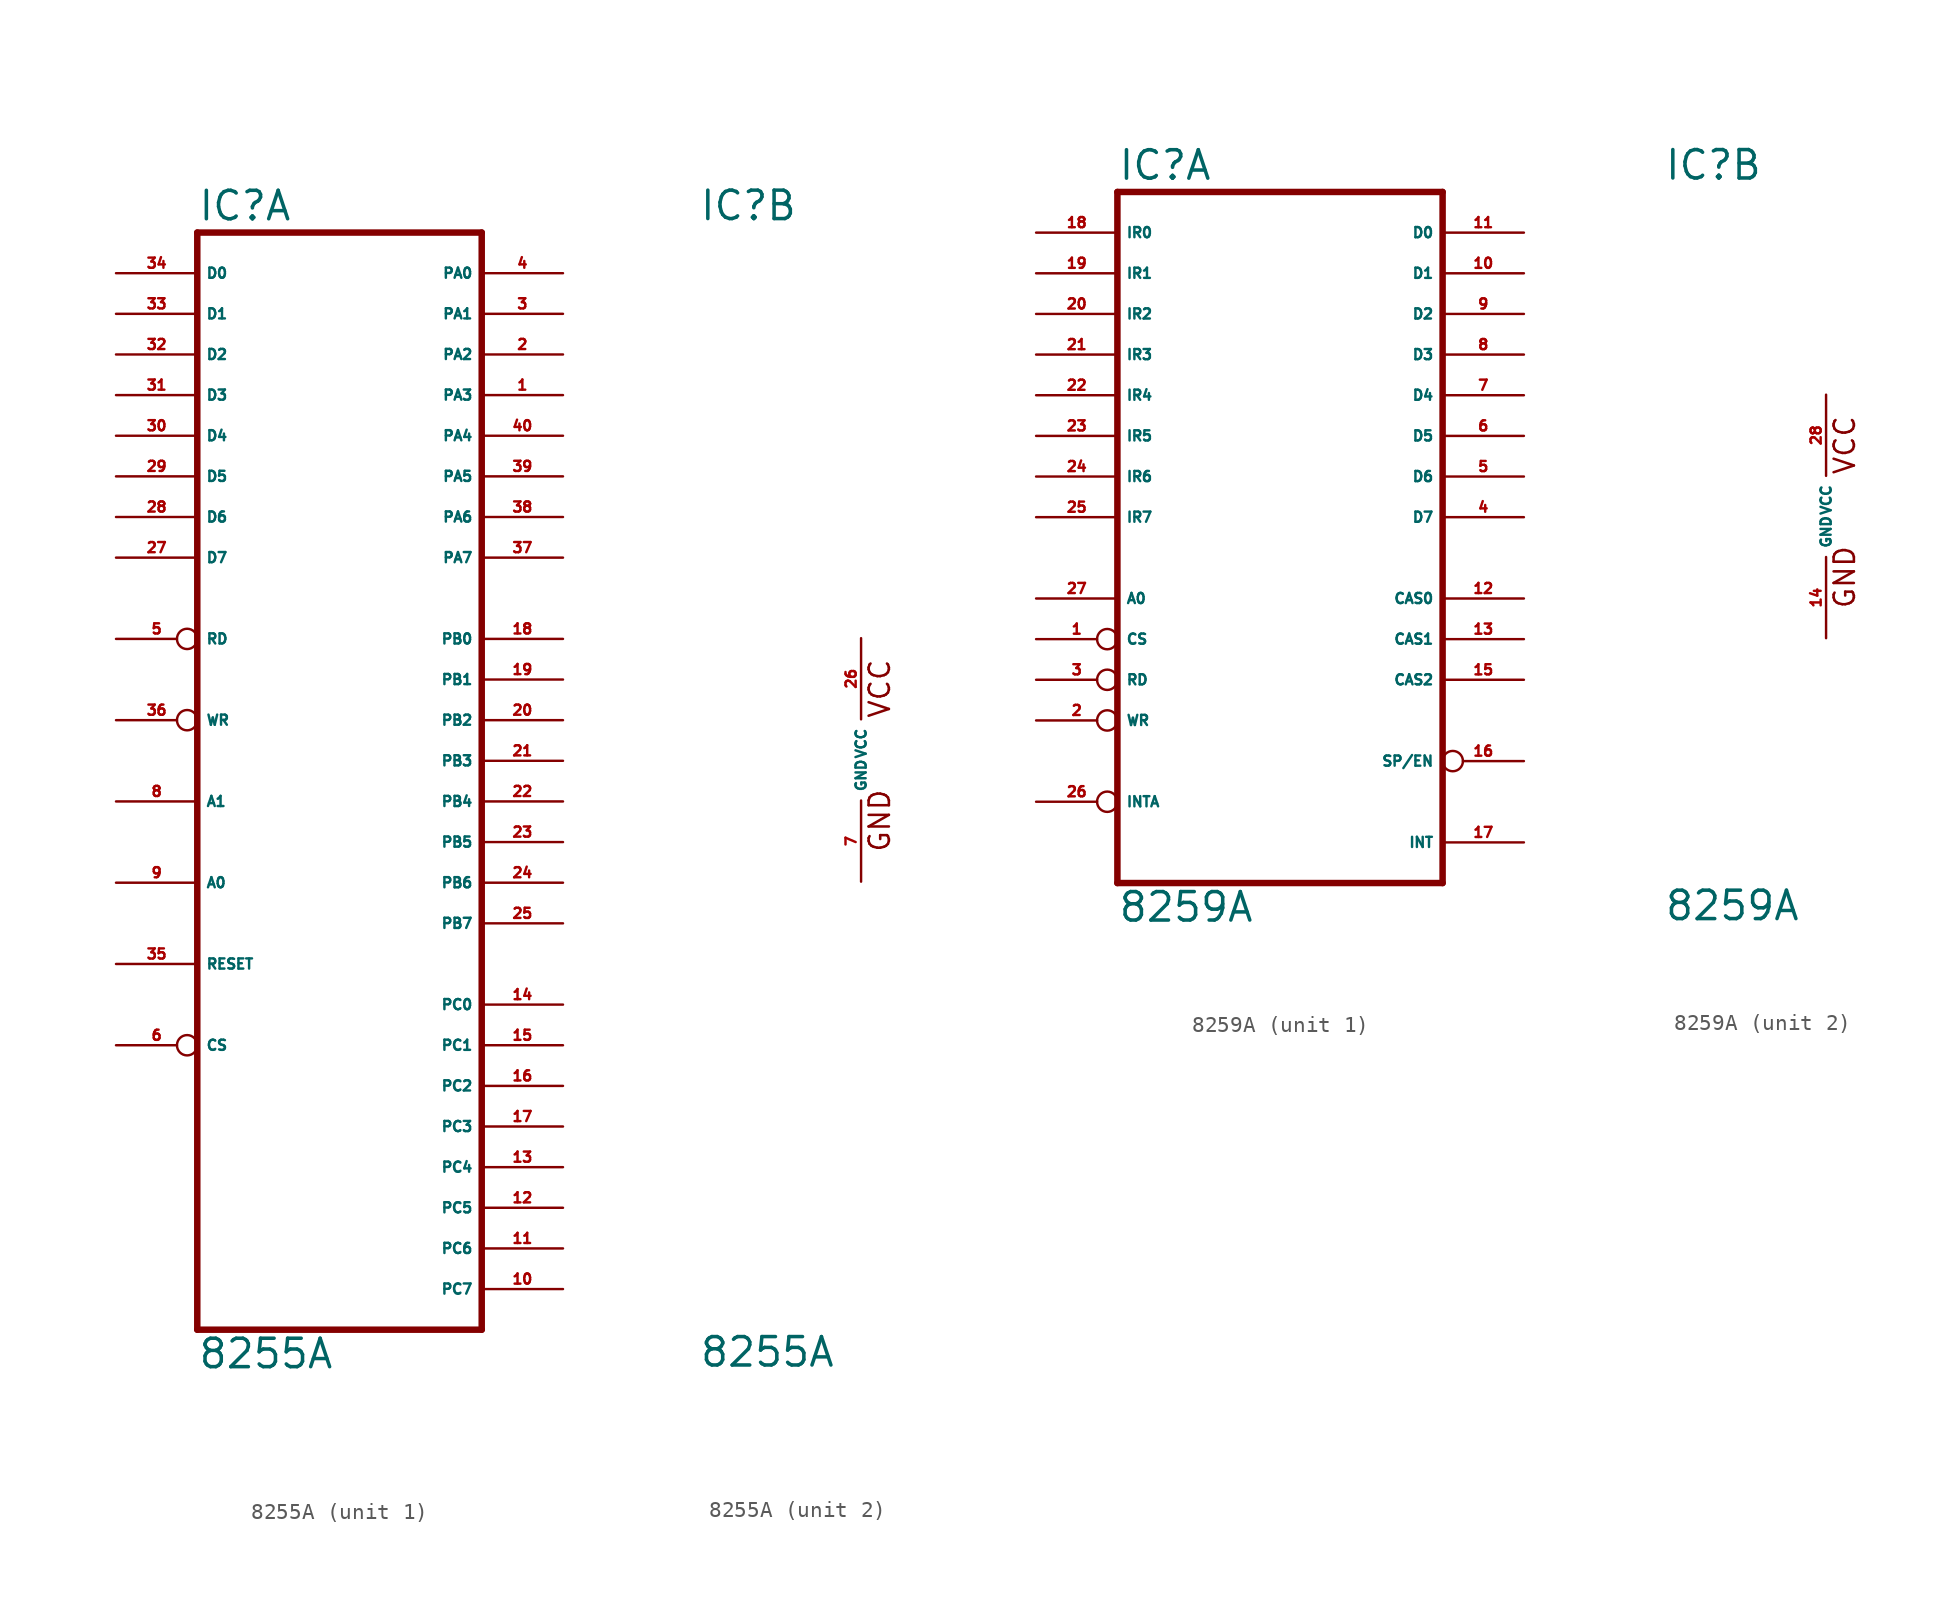
<source format=kicad_sym>
(kicad_symbol_lib
  (version 20220914)
  (generator Eagle2Kicad)
  (symbol "8255A"
    (property "Reference" "IC"
      (at -10.16 33.655 0)
      (effects (font (size 1.778 1.778) (thickness 0.22)) (justify left bottom)))
    (property "Value" "8255A"
      (at -10.16 -38.1 0)
      (effects (font (size 1.778 1.778) (thickness 0.22)) (justify left bottom)))
    (symbol "8255A_1_0"
      (polyline (pts (xy -10.16 -35.56) (xy 7.62 -35.56)) (stroke (width 0.406) (type default)) (fill (type none)))
      (polyline (pts (xy 7.62 -35.56) (xy 7.62 33.02)) (stroke (width 0.406) (type default)) (fill (type none)))
      (polyline (pts (xy 7.62 33.02) (xy -10.16 33.02)) (stroke (width 0.406) (type default)) (fill (type none)))
      (polyline (pts (xy -10.16 33.02) (xy -10.16 -35.56)) (stroke (width 0.406) (type default)) (fill (type none)))
      (pin bidirectional line (at 12.7 22.86 180) (length 5.08) (name "PA3" (effects (font (size 0.635 0.635) (thickness 0.08)) (justify left bottom))) (number "1" (effects (font (size 0.635 0.635) (thickness 0.08)) (justify left bottom))))
      (pin bidirectional line (at 12.7 25.4 180) (length 5.08) (name "PA2" (effects (font (size 0.635 0.635) (thickness 0.08)) (justify left bottom))) (number "2" (effects (font (size 0.635 0.635) (thickness 0.08)) (justify left bottom))))
      (pin bidirectional line (at 12.7 27.94 180) (length 5.08) (name "PA1" (effects (font (size 0.635 0.635) (thickness 0.08)) (justify left bottom))) (number "3" (effects (font (size 0.635 0.635) (thickness 0.08)) (justify left bottom))))
      (pin bidirectional line (at 12.7 30.48 180) (length 5.08) (name "PA0" (effects (font (size 0.635 0.635) (thickness 0.08)) (justify left bottom))) (number "4" (effects (font (size 0.635 0.635) (thickness 0.08)) (justify left bottom))))
      (pin input inverted (at -15.24 7.62 0) (length 5.08) (name "RD" (effects (font (size 0.635 0.635) (thickness 0.08)) (justify left bottom))) (number "5" (effects (font (size 0.635 0.635) (thickness 0.08)) (justify left bottom))))
      (pin input inverted (at -15.24 -17.78 0) (length 5.08) (name "CS" (effects (font (size 0.635 0.635) (thickness 0.08)) (justify left bottom))) (number "6" (effects (font (size 0.635 0.635) (thickness 0.08)) (justify left bottom))))
      (pin input line (at -15.24 -2.54 0) (length 5.08) (name "A1" (effects (font (size 0.635 0.635) (thickness 0.08)) (justify left bottom))) (number "8" (effects (font (size 0.635 0.635) (thickness 0.08)) (justify left bottom))))
      (pin input line (at -15.24 -7.62 0) (length 5.08) (name "A0" (effects (font (size 0.635 0.635) (thickness 0.08)) (justify left bottom))) (number "9" (effects (font (size 0.635 0.635) (thickness 0.08)) (justify left bottom))))
      (pin bidirectional line (at 12.7 -33.02 180) (length 5.08) (name "PC7" (effects (font (size 0.635 0.635) (thickness 0.08)) (justify left bottom))) (number "10" (effects (font (size 0.635 0.635) (thickness 0.08)) (justify left bottom))))
      (pin bidirectional line (at 12.7 -30.48 180) (length 5.08) (name "PC6" (effects (font (size 0.635 0.635) (thickness 0.08)) (justify left bottom))) (number "11" (effects (font (size 0.635 0.635) (thickness 0.08)) (justify left bottom))))
      (pin bidirectional line (at 12.7 -27.94 180) (length 5.08) (name "PC5" (effects (font (size 0.635 0.635) (thickness 0.08)) (justify left bottom))) (number "12" (effects (font (size 0.635 0.635) (thickness 0.08)) (justify left bottom))))
      (pin bidirectional line (at 12.7 -25.4 180) (length 5.08) (name "PC4" (effects (font (size 0.635 0.635) (thickness 0.08)) (justify left bottom))) (number "13" (effects (font (size 0.635 0.635) (thickness 0.08)) (justify left bottom))))
      (pin bidirectional line (at 12.7 -15.24 180) (length 5.08) (name "PC0" (effects (font (size 0.635 0.635) (thickness 0.08)) (justify left bottom))) (number "14" (effects (font (size 0.635 0.635) (thickness 0.08)) (justify left bottom))))
      (pin bidirectional line (at 12.7 -17.78 180) (length 5.08) (name "PC1" (effects (font (size 0.635 0.635) (thickness 0.08)) (justify left bottom))) (number "15" (effects (font (size 0.635 0.635) (thickness 0.08)) (justify left bottom))))
      (pin bidirectional line (at 12.7 -20.32 180) (length 5.08) (name "PC2" (effects (font (size 0.635 0.635) (thickness 0.08)) (justify left bottom))) (number "16" (effects (font (size 0.635 0.635) (thickness 0.08)) (justify left bottom))))
      (pin bidirectional line (at 12.7 -22.86 180) (length 5.08) (name "PC3" (effects (font (size 0.635 0.635) (thickness 0.08)) (justify left bottom))) (number "17" (effects (font (size 0.635 0.635) (thickness 0.08)) (justify left bottom))))
      (pin bidirectional line (at 12.7 7.62 180) (length 5.08) (name "PB0" (effects (font (size 0.635 0.635) (thickness 0.08)) (justify left bottom))) (number "18" (effects (font (size 0.635 0.635) (thickness 0.08)) (justify left bottom))))
      (pin bidirectional line (at 12.7 5.08 180) (length 5.08) (name "PB1" (effects (font (size 0.635 0.635) (thickness 0.08)) (justify left bottom))) (number "19" (effects (font (size 0.635 0.635) (thickness 0.08)) (justify left bottom))))
      (pin bidirectional line (at 12.7 2.54 180) (length 5.08) (name "PB2" (effects (font (size 0.635 0.635) (thickness 0.08)) (justify left bottom))) (number "20" (effects (font (size 0.635 0.635) (thickness 0.08)) (justify left bottom))))
      (pin bidirectional line (at 12.7 0 180) (length 5.08) (name "PB3" (effects (font (size 0.635 0.635) (thickness 0.08)) (justify left bottom))) (number "21" (effects (font (size 0.635 0.635) (thickness 0.08)) (justify left bottom))))
      (pin bidirectional line (at 12.7 -2.54 180) (length 5.08) (name "PB4" (effects (font (size 0.635 0.635) (thickness 0.08)) (justify left bottom))) (number "22" (effects (font (size 0.635 0.635) (thickness 0.08)) (justify left bottom))))
      (pin bidirectional line (at 12.7 -5.08 180) (length 5.08) (name "PB5" (effects (font (size 0.635 0.635) (thickness 0.08)) (justify left bottom))) (number "23" (effects (font (size 0.635 0.635) (thickness 0.08)) (justify left bottom))))
      (pin bidirectional line (at 12.7 -7.62 180) (length 5.08) (name "PB6" (effects (font (size 0.635 0.635) (thickness 0.08)) (justify left bottom))) (number "24" (effects (font (size 0.635 0.635) (thickness 0.08)) (justify left bottom))))
      (pin bidirectional line (at 12.7 -10.16 180) (length 5.08) (name "PB7" (effects (font (size 0.635 0.635) (thickness 0.08)) (justify left bottom))) (number "25" (effects (font (size 0.635 0.635) (thickness 0.08)) (justify left bottom))))
      (pin bidirectional line (at -15.24 12.7 0) (length 5.08) (name "D7" (effects (font (size 0.635 0.635) (thickness 0.08)) (justify left bottom))) (number "27" (effects (font (size 0.635 0.635) (thickness 0.08)) (justify left bottom))))
      (pin bidirectional line (at -15.24 15.24 0) (length 5.08) (name "D6" (effects (font (size 0.635 0.635) (thickness 0.08)) (justify left bottom))) (number "28" (effects (font (size 0.635 0.635) (thickness 0.08)) (justify left bottom))))
      (pin bidirectional line (at -15.24 17.78 0) (length 5.08) (name "D5" (effects (font (size 0.635 0.635) (thickness 0.08)) (justify left bottom))) (number "29" (effects (font (size 0.635 0.635) (thickness 0.08)) (justify left bottom))))
      (pin bidirectional line (at -15.24 20.32 0) (length 5.08) (name "D4" (effects (font (size 0.635 0.635) (thickness 0.08)) (justify left bottom))) (number "30" (effects (font (size 0.635 0.635) (thickness 0.08)) (justify left bottom))))
      (pin bidirectional line (at -15.24 22.86 0) (length 5.08) (name "D3" (effects (font (size 0.635 0.635) (thickness 0.08)) (justify left bottom))) (number "31" (effects (font (size 0.635 0.635) (thickness 0.08)) (justify left bottom))))
      (pin bidirectional line (at -15.24 25.4 0) (length 5.08) (name "D2" (effects (font (size 0.635 0.635) (thickness 0.08)) (justify left bottom))) (number "32" (effects (font (size 0.635 0.635) (thickness 0.08)) (justify left bottom))))
      (pin bidirectional line (at -15.24 27.94 0) (length 5.08) (name "D1" (effects (font (size 0.635 0.635) (thickness 0.08)) (justify left bottom))) (number "33" (effects (font (size 0.635 0.635) (thickness 0.08)) (justify left bottom))))
      (pin bidirectional line (at -15.24 30.48 0) (length 5.08) (name "D0" (effects (font (size 0.635 0.635) (thickness 0.08)) (justify left bottom))) (number "34" (effects (font (size 0.635 0.635) (thickness 0.08)) (justify left bottom))))
      (pin input line (at -15.24 -12.7 0) (length 5.08) (name "RESET" (effects (font (size 0.635 0.635) (thickness 0.08)) (justify left bottom))) (number "35" (effects (font (size 0.635 0.635) (thickness 0.08)) (justify left bottom))))
      (pin input inverted (at -15.24 2.54 0) (length 5.08) (name "WR" (effects (font (size 0.635 0.635) (thickness 0.08)) (justify left bottom))) (number "36" (effects (font (size 0.635 0.635) (thickness 0.08)) (justify left bottom))))
      (pin bidirectional line (at 12.7 12.7 180) (length 5.08) (name "PA7" (effects (font (size 0.635 0.635) (thickness 0.08)) (justify left bottom))) (number "37" (effects (font (size 0.635 0.635) (thickness 0.08)) (justify left bottom))))
      (pin bidirectional line (at 12.7 15.24 180) (length 5.08) (name "PA6" (effects (font (size 0.635 0.635) (thickness 0.08)) (justify left bottom))) (number "38" (effects (font (size 0.635 0.635) (thickness 0.08)) (justify left bottom))))
      (pin bidirectional line (at 12.7 17.78 180) (length 5.08) (name "PA5" (effects (font (size 0.635 0.635) (thickness 0.08)) (justify left bottom))) (number "39" (effects (font (size 0.635 0.635) (thickness 0.08)) (justify left bottom))))
      (pin bidirectional line (at 12.7 20.32 180) (length 5.08) (name "PA4" (effects (font (size 0.635 0.635) (thickness 0.08)) (justify left bottom))) (number "40" (effects (font (size 0.635 0.635) (thickness 0.08)) (justify left bottom)))))
    (symbol "8255A_2_0"
      (text "GND" (at 1.905 -5.842 900) (effects (font (size 1.27 1.27) (thickness 0.16)) (justify left bottom)))
      (text "VCC" (at 1.905 2.54 900) (effects (font (size 1.27 1.27) (thickness 0.16)) (justify left bottom)))
      (pin unspecified line (at 0 -7.62 90) (length 5.08) (name "GND" (effects (font (size 0.635 0.635) (thickness 0.08)) (justify left bottom))) (number "7" (effects (font (size 0.635 0.635) (thickness 0.08)) (justify left bottom))))
      (pin unspecified line (at 0 7.62 270) (length 5.08) (name "VCC" (effects (font (size 0.635 0.635) (thickness 0.08)) (justify left bottom))) (number "26" (effects (font (size 0.635 0.635) (thickness 0.08)) (justify left bottom))))))
  (symbol "8259A"
    (property "Reference" "IC"
      (at -10.16 20.955 0)
      (effects (font (size 1.778 1.778) (thickness 0.22)) (justify left bottom)))
    (property "Value" "8259A"
      (at -10.16 -25.4 0)
      (effects (font (size 1.778 1.778) (thickness 0.22)) (justify left bottom)))
    (symbol "8259A_1_0"
      (polyline (pts (xy -10.16 -22.86) (xy 10.16 -22.86)) (stroke (width 0.406) (type default)) (fill (type none)))
      (polyline (pts (xy 10.16 -22.86) (xy 10.16 20.32)) (stroke (width 0.406) (type default)) (fill (type none)))
      (polyline (pts (xy 10.16 20.32) (xy -10.16 20.32)) (stroke (width 0.406) (type default)) (fill (type none)))
      (polyline (pts (xy -10.16 20.32) (xy -10.16 -22.86)) (stroke (width 0.406) (type default)) (fill (type none)))
      (pin input inverted (at -15.24 -7.62 0) (length 5.08) (name "CS" (effects (font (size 0.635 0.635) (thickness 0.08)) (justify left bottom))) (number "1" (effects (font (size 0.635 0.635) (thickness 0.08)) (justify left bottom))))
      (pin input inverted (at -15.24 -12.7 0) (length 5.08) (name "WR" (effects (font (size 0.635 0.635) (thickness 0.08)) (justify left bottom))) (number "2" (effects (font (size 0.635 0.635) (thickness 0.08)) (justify left bottom))))
      (pin input inverted (at -15.24 -10.16 0) (length 5.08) (name "RD" (effects (font (size 0.635 0.635) (thickness 0.08)) (justify left bottom))) (number "3" (effects (font (size 0.635 0.635) (thickness 0.08)) (justify left bottom))))
      (pin bidirectional line (at 15.24 0 180) (length 5.08) (name "D7" (effects (font (size 0.635 0.635) (thickness 0.08)) (justify left bottom))) (number "4" (effects (font (size 0.635 0.635) (thickness 0.08)) (justify left bottom))))
      (pin bidirectional line (at 15.24 2.54 180) (length 5.08) (name "D6" (effects (font (size 0.635 0.635) (thickness 0.08)) (justify left bottom))) (number "5" (effects (font (size 0.635 0.635) (thickness 0.08)) (justify left bottom))))
      (pin bidirectional line (at 15.24 5.08 180) (length 5.08) (name "D5" (effects (font (size 0.635 0.635) (thickness 0.08)) (justify left bottom))) (number "6" (effects (font (size 0.635 0.635) (thickness 0.08)) (justify left bottom))))
      (pin bidirectional line (at 15.24 7.62 180) (length 5.08) (name "D4" (effects (font (size 0.635 0.635) (thickness 0.08)) (justify left bottom))) (number "7" (effects (font (size 0.635 0.635) (thickness 0.08)) (justify left bottom))))
      (pin bidirectional line (at 15.24 10.16 180) (length 5.08) (name "D3" (effects (font (size 0.635 0.635) (thickness 0.08)) (justify left bottom))) (number "8" (effects (font (size 0.635 0.635) (thickness 0.08)) (justify left bottom))))
      (pin bidirectional line (at 15.24 12.7 180) (length 5.08) (name "D2" (effects (font (size 0.635 0.635) (thickness 0.08)) (justify left bottom))) (number "9" (effects (font (size 0.635 0.635) (thickness 0.08)) (justify left bottom))))
      (pin bidirectional line (at 15.24 15.24 180) (length 5.08) (name "D1" (effects (font (size 0.635 0.635) (thickness 0.08)) (justify left bottom))) (number "10" (effects (font (size 0.635 0.635) (thickness 0.08)) (justify left bottom))))
      (pin bidirectional line (at 15.24 17.78 180) (length 5.08) (name "D0" (effects (font (size 0.635 0.635) (thickness 0.08)) (justify left bottom))) (number "11" (effects (font (size 0.635 0.635) (thickness 0.08)) (justify left bottom))))
      (pin bidirectional line (at 15.24 -5.08 180) (length 5.08) (name "CAS0" (effects (font (size 0.635 0.635) (thickness 0.08)) (justify left bottom))) (number "12" (effects (font (size 0.635 0.635) (thickness 0.08)) (justify left bottom))))
      (pin bidirectional line (at 15.24 -7.62 180) (length 5.08) (name "CAS1" (effects (font (size 0.635 0.635) (thickness 0.08)) (justify left bottom))) (number "13" (effects (font (size 0.635 0.635) (thickness 0.08)) (justify left bottom))))
      (pin bidirectional line (at 15.24 -10.16 180) (length 5.08) (name "CAS2" (effects (font (size 0.635 0.635) (thickness 0.08)) (justify left bottom))) (number "15" (effects (font (size 0.635 0.635) (thickness 0.08)) (justify left bottom))))
      (pin bidirectional inverted (at 15.24 -15.24 180) (length 5.08) (name "SP/EN" (effects (font (size 0.635 0.635) (thickness 0.08)) (justify left bottom))) (number "16" (effects (font (size 0.635 0.635) (thickness 0.08)) (justify left bottom))))
      (pin output line (at 15.24 -20.32 180) (length 5.08) (name "INT" (effects (font (size 0.635 0.635) (thickness 0.08)) (justify left bottom))) (number "17" (effects (font (size 0.635 0.635) (thickness 0.08)) (justify left bottom))))
      (pin input line (at -15.24 17.78 0) (length 5.08) (name "IR0" (effects (font (size 0.635 0.635) (thickness 0.08)) (justify left bottom))) (number "18" (effects (font (size 0.635 0.635) (thickness 0.08)) (justify left bottom))))
      (pin input line (at -15.24 15.24 0) (length 5.08) (name "IR1" (effects (font (size 0.635 0.635) (thickness 0.08)) (justify left bottom))) (number "19" (effects (font (size 0.635 0.635) (thickness 0.08)) (justify left bottom))))
      (pin input line (at -15.24 12.7 0) (length 5.08) (name "IR2" (effects (font (size 0.635 0.635) (thickness 0.08)) (justify left bottom))) (number "20" (effects (font (size 0.635 0.635) (thickness 0.08)) (justify left bottom))))
      (pin input line (at -15.24 10.16 0) (length 5.08) (name "IR3" (effects (font (size 0.635 0.635) (thickness 0.08)) (justify left bottom))) (number "21" (effects (font (size 0.635 0.635) (thickness 0.08)) (justify left bottom))))
      (pin input line (at -15.24 7.62 0) (length 5.08) (name "IR4" (effects (font (size 0.635 0.635) (thickness 0.08)) (justify left bottom))) (number "22" (effects (font (size 0.635 0.635) (thickness 0.08)) (justify left bottom))))
      (pin input line (at -15.24 5.08 0) (length 5.08) (name "IR5" (effects (font (size 0.635 0.635) (thickness 0.08)) (justify left bottom))) (number "23" (effects (font (size 0.635 0.635) (thickness 0.08)) (justify left bottom))))
      (pin input line (at -15.24 2.54 0) (length 5.08) (name "IR6" (effects (font (size 0.635 0.635) (thickness 0.08)) (justify left bottom))) (number "24" (effects (font (size 0.635 0.635) (thickness 0.08)) (justify left bottom))))
      (pin input line (at -15.24 0 0) (length 5.08) (name "IR7" (effects (font (size 0.635 0.635) (thickness 0.08)) (justify left bottom))) (number "25" (effects (font (size 0.635 0.635) (thickness 0.08)) (justify left bottom))))
      (pin input inverted (at -15.24 -17.78 0) (length 5.08) (name "INTA" (effects (font (size 0.635 0.635) (thickness 0.08)) (justify left bottom))) (number "26" (effects (font (size 0.635 0.635) (thickness 0.08)) (justify left bottom))))
      (pin input line (at -15.24 -5.08 0) (length 5.08) (name "A0" (effects (font (size 0.635 0.635) (thickness 0.08)) (justify left bottom))) (number "27" (effects (font (size 0.635 0.635) (thickness 0.08)) (justify left bottom)))))
    (symbol "8259A_2_0"
      (text "GND" (at 1.905 -5.842 900) (effects (font (size 1.27 1.27) (thickness 0.16)) (justify left bottom)))
      (text "VCC" (at 1.905 2.54 900) (effects (font (size 1.27 1.27) (thickness 0.16)) (justify left bottom)))
      (pin unspecified line (at 0 -7.62 90) (length 5.08) (name "GND" (effects (font (size 0.635 0.635) (thickness 0.08)) (justify left bottom))) (number "14" (effects (font (size 0.635 0.635) (thickness 0.08)) (justify left bottom))))
      (pin unspecified line (at 0 7.62 270) (length 5.08) (name "VCC" (effects (font (size 0.635 0.635) (thickness 0.08)) (justify left bottom))) (number "28" (effects (font (size 0.635 0.635) (thickness 0.08)) (justify left bottom)))))))
</source>
